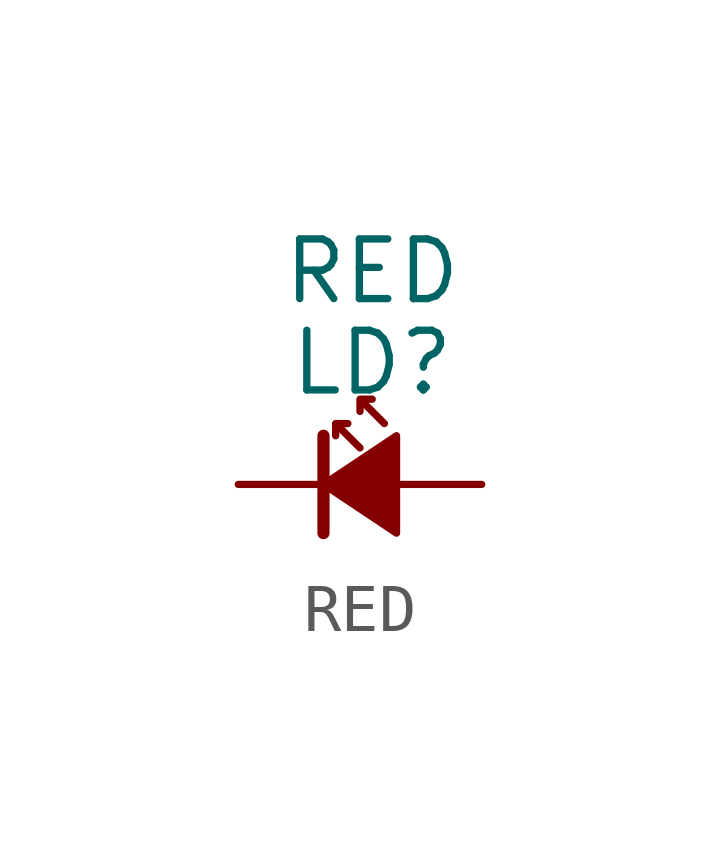
<source format=kicad_sym>
(kicad_symbol_lib
  (version 20241209)
  (generator "kicad_symbol_editor")
  (generator_version "9.0")
  (symbol "RED"
    (pin_numbers
      (hide yes))
    (pin_names
      (offset 0)
      (hide yes))
    (property "Reference" "LD"
      (at 0 2.54 0)
      (effects (font (size 1.245 1.245))))
    (property "Value" "RED"
      (at 0 4.445 0)
      (effects (font (size 1.245 1.245))))
    (symbol "RED_0_1"
      (polyline (pts (xy -1.016 0) (xy 0.508 1.016) (xy 0.508 -1.016) (xy -1.016 0)) (stroke (width 0) (type solid)) (fill (type outline))))
    (symbol "RED_1_1"
      (polyline (pts (xy -1.016 -1.016) (xy -1.016 1.016)) (stroke (width 0.254) (type solid)) (fill (type none)))
      (polyline (pts (xy -0.254 0.762) (xy -0.762 1.27) (xy -0.508 1.27) (xy -0.762 1.27) (xy -0.762 1.016)) (stroke (width 0) (type solid)) (fill (type none)))
      (polyline (pts (xy 0.254 1.27) (xy -0.254 1.778) (xy 0 1.778) (xy -0.254 1.778) (xy -0.254 1.524)) (stroke (width 0) (type solid)) (fill (type none)))
      (pin passive line (at -2.794 0 0) (length 1.778) (name "K" (effects (font (size 1.27 1.27)))) (number "1" (effects (font (size 1.27 1.27)))))
      (pin passive line (at 2.286 0 180) (length 1.778) (name "A" (effects (font (size 1.27 1.27)))) (number "2" (effects (font (size 1.27 1.27))))))))
</source>
